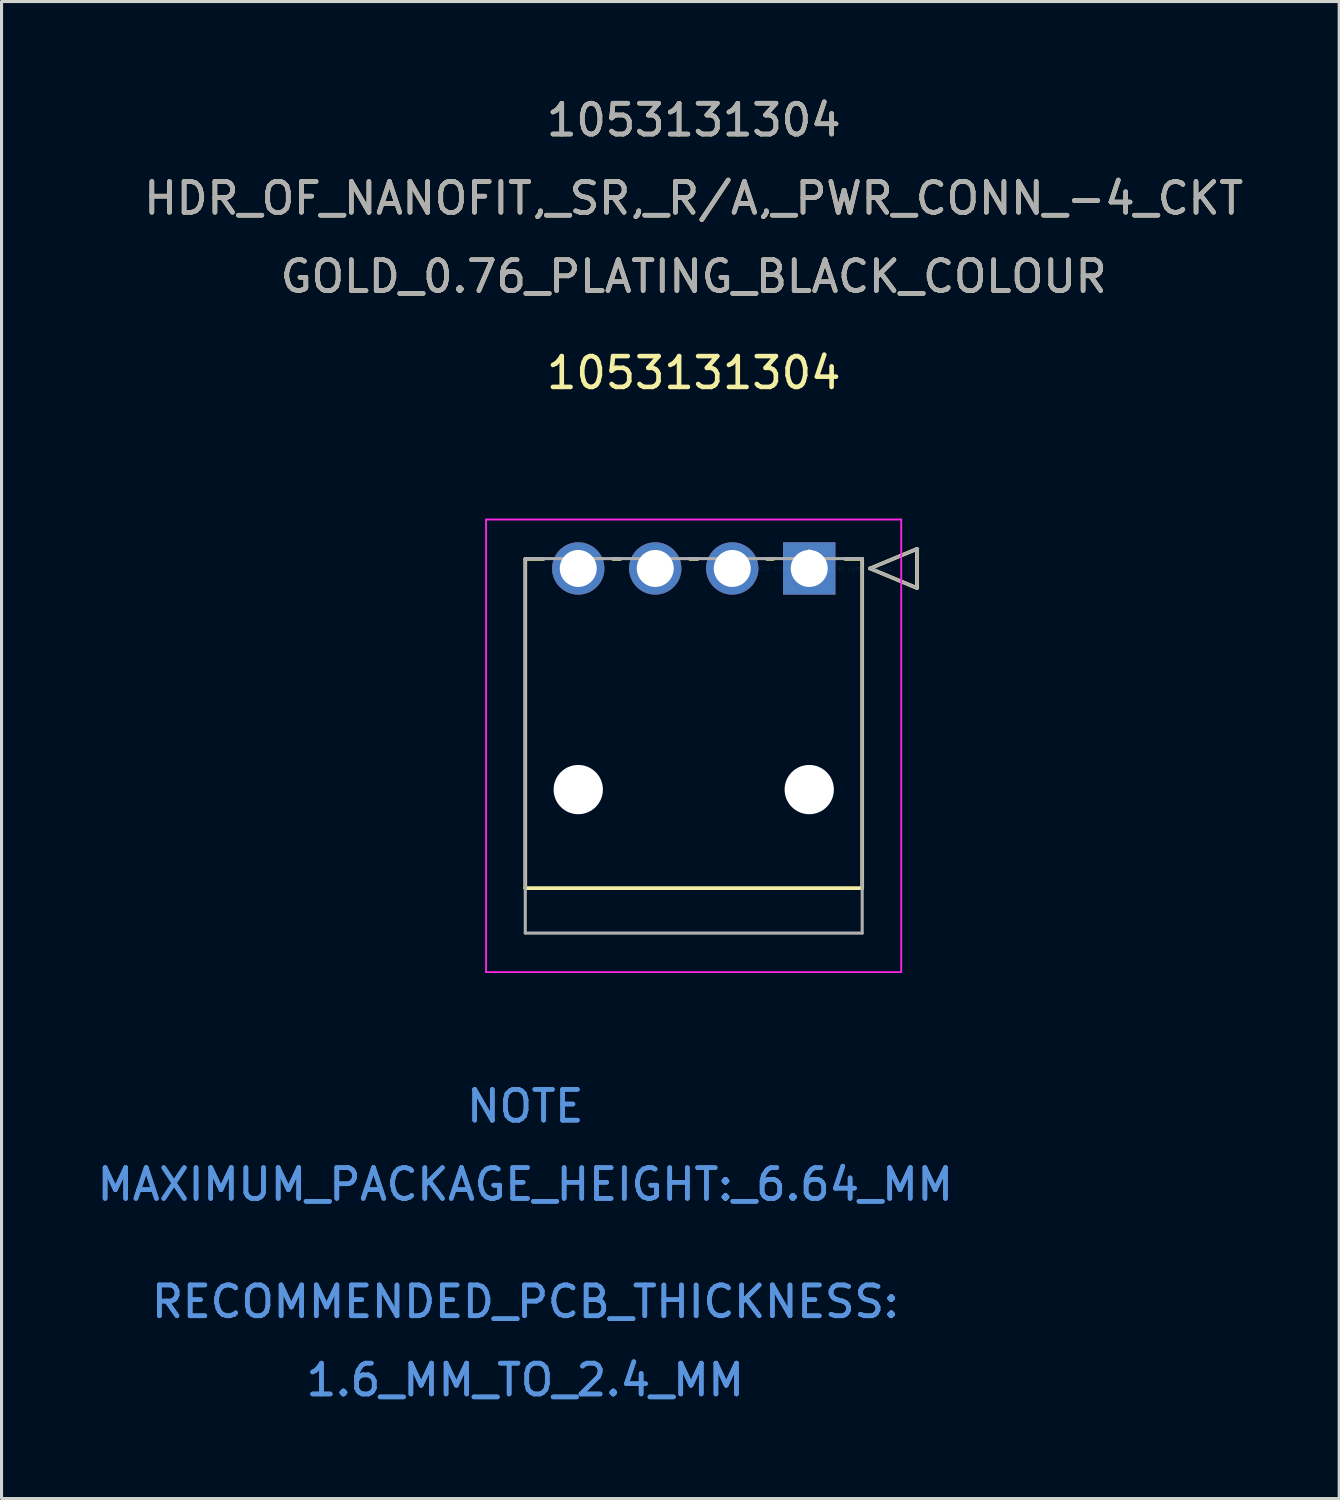
<source format=kicad_pcb>
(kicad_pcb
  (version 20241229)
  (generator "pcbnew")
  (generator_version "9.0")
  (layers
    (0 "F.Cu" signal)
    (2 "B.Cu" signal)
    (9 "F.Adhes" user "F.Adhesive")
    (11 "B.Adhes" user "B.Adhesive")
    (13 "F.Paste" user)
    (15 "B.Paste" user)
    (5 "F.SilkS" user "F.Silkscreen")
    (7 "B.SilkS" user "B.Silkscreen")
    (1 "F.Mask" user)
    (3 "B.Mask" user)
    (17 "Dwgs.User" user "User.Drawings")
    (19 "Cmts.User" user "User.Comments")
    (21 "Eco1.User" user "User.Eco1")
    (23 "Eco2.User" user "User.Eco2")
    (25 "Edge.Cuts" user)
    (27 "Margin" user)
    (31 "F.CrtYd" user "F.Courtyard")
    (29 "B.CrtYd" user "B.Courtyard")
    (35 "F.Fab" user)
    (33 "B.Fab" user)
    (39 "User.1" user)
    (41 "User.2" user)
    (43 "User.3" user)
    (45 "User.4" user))
  (footprint "1053131304"
    (layer "F.Cu")
    (at 23.226 15.408)
    (property "Reference" "1053131304" (at -3.75 -6.35 0) (layer "F.SilkS") (effects (font (size 1 1) (thickness 0.15))))
    (attr through_hole)
    (fp_line (start -9.22 -0.31) (end -9.22 10.38) (stroke (width 0.12) (type solid)) (layer "F.SilkS"))
    (fp_line (start -9.22 10.38) (end 1.72 10.38) (stroke (width 0.12) (type solid)) (layer "F.SilkS"))
    (fp_line (start -8.628 -0.31) (end -9.22 -0.31) (stroke (width 0.12) (type solid)) (layer "F.SilkS"))
    (fp_line (start -6.128 -0.31) (end -6.372 -0.31) (stroke (width 0.12) (type solid)) (layer "F.SilkS"))
    (fp_line (start -3.628 -0.31) (end -3.872 -0.31) (stroke (width 0.12) (type solid)) (layer "F.SilkS"))
    (fp_line (start -1.17 -0.31) (end -1.372 -0.31) (stroke (width 0.12) (type solid)) (layer "F.SilkS"))
    (fp_line (start 1.72 -0.31) (end 1.17 -0.31) (stroke (width 0.12) (type solid)) (layer "F.SilkS"))
    (fp_line (start 1.72 10.38) (end 1.72 -0.31) (stroke (width 0.12) (type solid)) (layer "F.SilkS"))
    (fp_line (start 1.974 0) (end 3.498 -0.635) (stroke (width 0.12) (type solid)) (layer "F.SilkS"))
    (fp_line (start 3.498 -0.635) (end 3.498 0.635) (stroke (width 0.12) (type solid)) (layer "F.SilkS"))
    (fp_line (start 3.498 0.635) (end 1.974 0) (stroke (width 0.12) (type solid)) (layer "F.SilkS"))
    (fp_line (start -10.49 -1.59) (end -10.49 13.11) (stroke (width 0.05) (type solid)) (layer "F.CrtYd"))
    (fp_line (start -10.49 -1.59) (end -10.49 13.11) (stroke (width 0.05) (type solid)) (layer "F.CrtYd"))
    (fp_line (start -10.49 13.11) (end 2.99 13.11) (stroke (width 0.05) (type solid)) (layer "F.CrtYd"))
    (fp_line (start -10.49 13.11) (end 2.99 13.11) (stroke (width 0.05) (type solid)) (layer "F.CrtYd"))
    (fp_line (start 2.99 -1.59) (end -10.49 -1.59) (stroke (width 0.05) (type solid)) (layer "F.CrtYd"))
    (fp_line (start 2.99 -1.59) (end -10.49 -1.59) (stroke (width 0.05) (type solid)) (layer "F.CrtYd"))
    (fp_line (start 2.99 13.11) (end 2.99 -1.59) (stroke (width 0.05) (type solid)) (layer "F.CrtYd"))
    (fp_line (start 2.99 13.11) (end 2.99 -1.59) (stroke (width 0.05) (type solid)) (layer "F.CrtYd"))
    (fp_line (start -9.22 -0.32) (end -9.22 11.84) (stroke (width 0.1) (type solid)) (layer "F.Fab"))
    (fp_line (start -9.22 11.84) (end 1.72 11.84) (stroke (width 0.1) (type solid)) (layer "F.Fab"))
    (fp_line (start 1.72 -0.32) (end -9.22 -0.32) (stroke (width 0.1) (type solid)) (layer "F.Fab"))
    (fp_line (start 1.72 11.84) (end 1.72 -0.32) (stroke (width 0.1) (type solid)) (layer "F.Fab"))
    (fp_line (start 1.974 0) (end 3.498 -0.635) (stroke (width 0.1) (type solid)) (layer "F.Fab"))
    (fp_line (start 3.498 -0.635) (end 3.498 0.635) (stroke (width 0.1) (type solid)) (layer "F.Fab"))
    (fp_line (start 3.498 0.635) (end 1.974 0) (stroke (width 0.1) (type solid)) (layer "F.Fab"))
    (fp_text user "HDR_OF_NANOFIT,_SR,_R/A,_PWR_CONN_-4_CKT" (at -3.75 -12.02 0) (layer "F.SilkS") (effects (font (size 1 1) (thickness 0.15))))
    (fp_text user "GOLD_0.76_PLATING_BLACK_COLOUR" (at -3.75 -9.48 0) (layer "F.SilkS") (effects (font (size 1 1) (thickness 0.15))))
    (fp_text user "*" (at 0 0 0) (layer "F.SilkS") (effects (font (size 1 1) (thickness 0.15))))
    (fp_text user "1053131304" (at -3.75 -14.56 0) (layer "F.SilkS") (effects (font (size 1 1) (thickness 0.15))))
    (fp_text user "NOTE" (at -9.22 17.46 0) (layer "Cmts.User") (effects (font (size 1 1) (thickness 0.15))))
    (fp_text user "1.6_MM_TO_2.4_MM" (at -9.22 26.35 0) (layer "Cmts.User") (effects (font (size 1 1) (thickness 0.15))))
    (fp_text user "Copyright 2021 Accelerated Designs. All rights reserved." (at 0 0 0) (layer "Cmts.User") (effects (font (size 0.127 0.127) (thickness 0.002))))
    (fp_text user "RECOMMENDED_PCB_THICKNESS:" (at -9.22 23.81 0) (layer "Cmts.User") (effects (font (size 1 1) (thickness 0.15))))
    (fp_text user "MAXIMUM_PACKAGE_HEIGHT:_6.64_MM" (at -9.22 20 0) (layer "Cmts.User") (effects (font (size 1 1) (thickness 0.15))))
    (fp_text user "1.6_MM_TO_2.4_MM" (at -9.22 26.35 0) (layer "Cmts.User") (effects (font (size 1 1) (thickness 0.15))))
    (fp_text user "NOTE" (at -9.22 17.46 0) (layer "Cmts.User") (effects (font (size 1 1) (thickness 0.15))))
    (fp_text user "RECOMMENDED_PCB_THICKNESS:" (at -9.22 23.81 0) (layer "Cmts.User") (effects (font (size 1 1) (thickness 0.15))))
    (fp_text user "MAXIMUM_PACKAGE_HEIGHT:_6.64_MM" (at -9.22 20 0) (layer "Cmts.User") (effects (font (size 1 1) (thickness 0.15))))
    (fp_text user "GOLD_0.76_PLATING_BLACK_COLOUR" (at -3.75 -9.48 0) (layer "F.Fab") (effects (font (size 1 1) (thickness 0.15))))
    (fp_text user "HDR_OF_NANOFIT,_SR,_R/A,_PWR_CONN_-4_CKT" (at -3.75 -12.02 0) (layer "F.Fab") (effects (font (size 1 1) (thickness 0.15))))
    (fp_text user "1053131304" (at -3.75 -14.56 0) (layer "F.Fab") (effects (font (size 1 1) (thickness 0.15))))
    (fp_text user "*" (at 0 0 0) (layer "F.Fab") (effects (font (size 1 1) (thickness 0.15))))
    (pad "" np_thru_hole circle (at -7.5 7.18) (size 1.6 1.6) (drill 1.6) (layers "*.Cu" "*.Mask"))
    (pad "" np_thru_hole circle (at 0 7.18) (size 1.6 1.6) (drill 1.6) (layers "*.Cu" "*.Mask"))
    (pad "1" thru_hole rect (at 0 0) (size 1.7 1.7) (drill 1.2) (layers "*.Cu" "*.Mask"))
    (pad "2" thru_hole circle (at -2.5 0) (size 1.7 1.7) (drill 1.2) (layers "*.Cu" "*.Mask"))
    (pad "3" thru_hole circle (at -5 0) (size 1.7 1.7) (drill 1.2) (layers "*.Cu" "*.Mask"))
    (pad "4" thru_hole circle (at -7.5 0) (size 1.7 1.7) (drill 1.2) (layers "*.Cu" "*.Mask")))
  (gr_rect
    (start -3 -3)
    (end 40.434 45.607)
    (stroke (width 0.1) (type default))
    (fill no)
    (layer "Edge.Cuts")))
</source>
